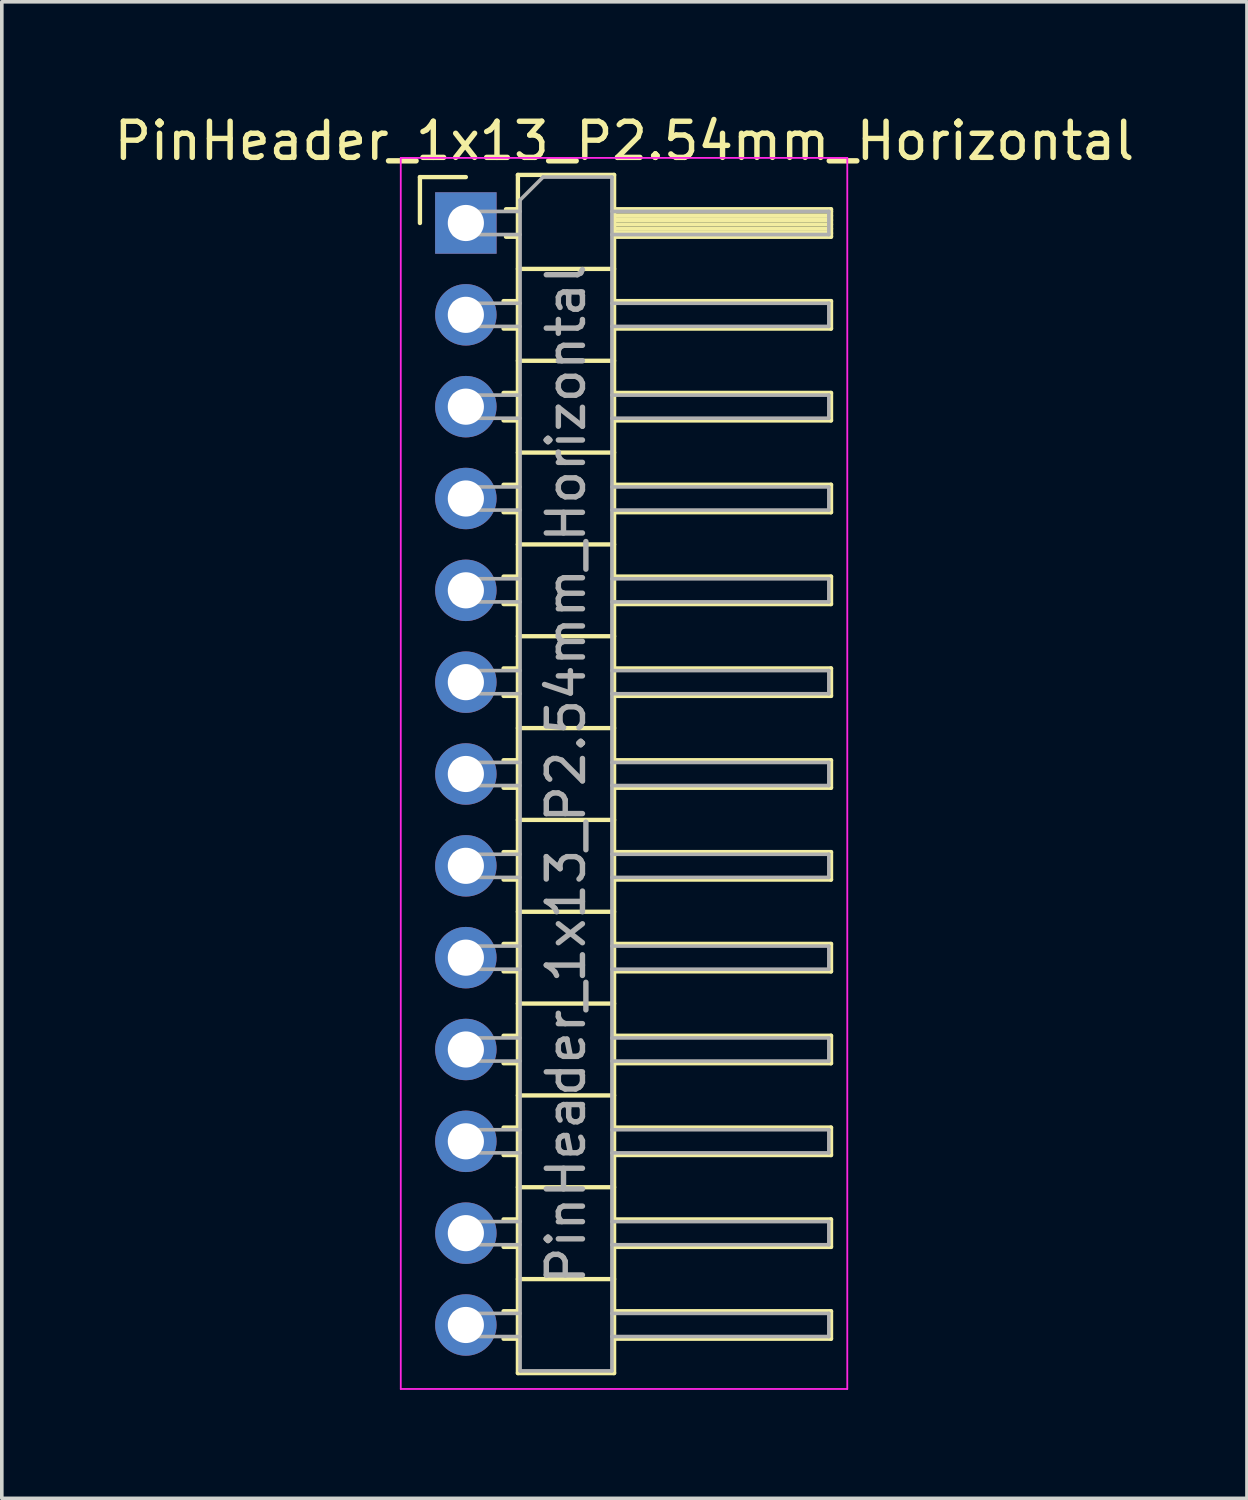
<source format=kicad_pcb>
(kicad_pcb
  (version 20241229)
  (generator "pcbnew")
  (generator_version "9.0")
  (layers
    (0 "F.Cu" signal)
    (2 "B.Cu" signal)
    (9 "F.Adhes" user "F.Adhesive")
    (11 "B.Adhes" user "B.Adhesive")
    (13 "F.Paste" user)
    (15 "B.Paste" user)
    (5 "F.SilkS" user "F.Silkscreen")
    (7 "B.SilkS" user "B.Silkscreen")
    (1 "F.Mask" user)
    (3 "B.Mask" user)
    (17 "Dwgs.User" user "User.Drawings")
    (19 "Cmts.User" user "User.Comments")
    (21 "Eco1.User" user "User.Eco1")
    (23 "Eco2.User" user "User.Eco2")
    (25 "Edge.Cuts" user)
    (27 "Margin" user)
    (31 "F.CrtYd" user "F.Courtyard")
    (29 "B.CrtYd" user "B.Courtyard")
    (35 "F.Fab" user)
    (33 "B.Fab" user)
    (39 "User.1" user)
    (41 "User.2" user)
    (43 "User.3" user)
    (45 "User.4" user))
  (footprint "PinHeader_1x13_P2.54mm_Horizontal"
    (layer "F.Cu")
    (at 9.835 3.118)
    (property "Reference" "PinHeader_1x13_P2.54mm_Horizontal" (at 4.385 -2.27 0) (layer "F.SilkS") (effects (font (size 1 1) (thickness 0.15))))
    (attr through_hole)
    (fp_line (start -1.27 -1.27) (end 0 -1.27) (stroke (width 0.12) (type solid)) (layer "F.SilkS"))
    (fp_line (start -1.27 0) (end -1.27 -1.27) (stroke (width 0.12) (type solid)) (layer "F.SilkS"))
    (fp_line (start 1.043 2.16) (end 1.44 2.16) (stroke (width 0.12) (type solid)) (layer "F.SilkS"))
    (fp_line (start 1.043 2.92) (end 1.44 2.92) (stroke (width 0.12) (type solid)) (layer "F.SilkS"))
    (fp_line (start 1.043 4.7) (end 1.44 4.7) (stroke (width 0.12) (type solid)) (layer "F.SilkS"))
    (fp_line (start 1.043 5.46) (end 1.44 5.46) (stroke (width 0.12) (type solid)) (layer "F.SilkS"))
    (fp_line (start 1.043 7.24) (end 1.44 7.24) (stroke (width 0.12) (type solid)) (layer "F.SilkS"))
    (fp_line (start 1.043 8) (end 1.44 8) (stroke (width 0.12) (type solid)) (layer "F.SilkS"))
    (fp_line (start 1.043 9.78) (end 1.44 9.78) (stroke (width 0.12) (type solid)) (layer "F.SilkS"))
    (fp_line (start 1.043 10.54) (end 1.44 10.54) (stroke (width 0.12) (type solid)) (layer "F.SilkS"))
    (fp_line (start 1.043 12.32) (end 1.44 12.32) (stroke (width 0.12) (type solid)) (layer "F.SilkS"))
    (fp_line (start 1.043 13.08) (end 1.44 13.08) (stroke (width 0.12) (type solid)) (layer "F.SilkS"))
    (fp_line (start 1.043 14.86) (end 1.44 14.86) (stroke (width 0.12) (type solid)) (layer "F.SilkS"))
    (fp_line (start 1.043 15.62) (end 1.44 15.62) (stroke (width 0.12) (type solid)) (layer "F.SilkS"))
    (fp_line (start 1.043 17.4) (end 1.44 17.4) (stroke (width 0.12) (type solid)) (layer "F.SilkS"))
    (fp_line (start 1.043 18.16) (end 1.44 18.16) (stroke (width 0.12) (type solid)) (layer "F.SilkS"))
    (fp_line (start 1.043 19.94) (end 1.44 19.94) (stroke (width 0.12) (type solid)) (layer "F.SilkS"))
    (fp_line (start 1.043 20.7) (end 1.44 20.7) (stroke (width 0.12) (type solid)) (layer "F.SilkS"))
    (fp_line (start 1.043 22.48) (end 1.44 22.48) (stroke (width 0.12) (type solid)) (layer "F.SilkS"))
    (fp_line (start 1.043 23.24) (end 1.44 23.24) (stroke (width 0.12) (type solid)) (layer "F.SilkS"))
    (fp_line (start 1.043 25.02) (end 1.44 25.02) (stroke (width 0.12) (type solid)) (layer "F.SilkS"))
    (fp_line (start 1.043 25.78) (end 1.44 25.78) (stroke (width 0.12) (type solid)) (layer "F.SilkS"))
    (fp_line (start 1.043 27.56) (end 1.44 27.56) (stroke (width 0.12) (type solid)) (layer "F.SilkS"))
    (fp_line (start 1.043 28.32) (end 1.44 28.32) (stroke (width 0.12) (type solid)) (layer "F.SilkS"))
    (fp_line (start 1.043 30.1) (end 1.44 30.1) (stroke (width 0.12) (type solid)) (layer "F.SilkS"))
    (fp_line (start 1.043 30.86) (end 1.44 30.86) (stroke (width 0.12) (type solid)) (layer "F.SilkS"))
    (fp_line (start 1.11 -0.38) (end 1.44 -0.38) (stroke (width 0.12) (type solid)) (layer "F.SilkS"))
    (fp_line (start 1.11 0.38) (end 1.44 0.38) (stroke (width 0.12) (type solid)) (layer "F.SilkS"))
    (fp_line (start 1.44 -1.33) (end 1.44 31.81) (stroke (width 0.12) (type solid)) (layer "F.SilkS"))
    (fp_line (start 1.44 1.27) (end 4.1 1.27) (stroke (width 0.12) (type solid)) (layer "F.SilkS"))
    (fp_line (start 1.44 3.81) (end 4.1 3.81) (stroke (width 0.12) (type solid)) (layer "F.SilkS"))
    (fp_line (start 1.44 6.35) (end 4.1 6.35) (stroke (width 0.12) (type solid)) (layer "F.SilkS"))
    (fp_line (start 1.44 8.89) (end 4.1 8.89) (stroke (width 0.12) (type solid)) (layer "F.SilkS"))
    (fp_line (start 1.44 11.43) (end 4.1 11.43) (stroke (width 0.12) (type solid)) (layer "F.SilkS"))
    (fp_line (start 1.44 13.97) (end 4.1 13.97) (stroke (width 0.12) (type solid)) (layer "F.SilkS"))
    (fp_line (start 1.44 16.51) (end 4.1 16.51) (stroke (width 0.12) (type solid)) (layer "F.SilkS"))
    (fp_line (start 1.44 19.05) (end 4.1 19.05) (stroke (width 0.12) (type solid)) (layer "F.SilkS"))
    (fp_line (start 1.44 21.59) (end 4.1 21.59) (stroke (width 0.12) (type solid)) (layer "F.SilkS"))
    (fp_line (start 1.44 24.13) (end 4.1 24.13) (stroke (width 0.12) (type solid)) (layer "F.SilkS"))
    (fp_line (start 1.44 26.67) (end 4.1 26.67) (stroke (width 0.12) (type solid)) (layer "F.SilkS"))
    (fp_line (start 1.44 29.21) (end 4.1 29.21) (stroke (width 0.12) (type solid)) (layer "F.SilkS"))
    (fp_line (start 1.44 31.81) (end 4.1 31.81) (stroke (width 0.12) (type solid)) (layer "F.SilkS"))
    (fp_line (start 4.1 -1.33) (end 1.44 -1.33) (stroke (width 0.12) (type solid)) (layer "F.SilkS"))
    (fp_line (start 4.1 -0.38) (end 10.1 -0.38) (stroke (width 0.12) (type solid)) (layer "F.SilkS"))
    (fp_line (start 4.1 -0.32) (end 10.1 -0.32) (stroke (width 0.12) (type solid)) (layer "F.SilkS"))
    (fp_line (start 4.1 -0.2) (end 10.1 -0.2) (stroke (width 0.12) (type solid)) (layer "F.SilkS"))
    (fp_line (start 4.1 -0.08) (end 10.1 -0.08) (stroke (width 0.12) (type solid)) (layer "F.SilkS"))
    (fp_line (start 4.1 0.04) (end 10.1 0.04) (stroke (width 0.12) (type solid)) (layer "F.SilkS"))
    (fp_line (start 4.1 0.16) (end 10.1 0.16) (stroke (width 0.12) (type solid)) (layer "F.SilkS"))
    (fp_line (start 4.1 0.28) (end 10.1 0.28) (stroke (width 0.12) (type solid)) (layer "F.SilkS"))
    (fp_line (start 4.1 2.16) (end 10.1 2.16) (stroke (width 0.12) (type solid)) (layer "F.SilkS"))
    (fp_line (start 4.1 4.7) (end 10.1 4.7) (stroke (width 0.12) (type solid)) (layer "F.SilkS"))
    (fp_line (start 4.1 7.24) (end 10.1 7.24) (stroke (width 0.12) (type solid)) (layer "F.SilkS"))
    (fp_line (start 4.1 9.78) (end 10.1 9.78) (stroke (width 0.12) (type solid)) (layer "F.SilkS"))
    (fp_line (start 4.1 12.32) (end 10.1 12.32) (stroke (width 0.12) (type solid)) (layer "F.SilkS"))
    (fp_line (start 4.1 14.86) (end 10.1 14.86) (stroke (width 0.12) (type solid)) (layer "F.SilkS"))
    (fp_line (start 4.1 17.4) (end 10.1 17.4) (stroke (width 0.12) (type solid)) (layer "F.SilkS"))
    (fp_line (start 4.1 19.94) (end 10.1 19.94) (stroke (width 0.12) (type solid)) (layer "F.SilkS"))
    (fp_line (start 4.1 22.48) (end 10.1 22.48) (stroke (width 0.12) (type solid)) (layer "F.SilkS"))
    (fp_line (start 4.1 25.02) (end 10.1 25.02) (stroke (width 0.12) (type solid)) (layer "F.SilkS"))
    (fp_line (start 4.1 27.56) (end 10.1 27.56) (stroke (width 0.12) (type solid)) (layer "F.SilkS"))
    (fp_line (start 4.1 30.1) (end 10.1 30.1) (stroke (width 0.12) (type solid)) (layer "F.SilkS"))
    (fp_line (start 4.1 31.81) (end 4.1 -1.33) (stroke (width 0.12) (type solid)) (layer "F.SilkS"))
    (fp_line (start 10.1 -0.38) (end 10.1 0.38) (stroke (width 0.12) (type solid)) (layer "F.SilkS"))
    (fp_line (start 10.1 0.38) (end 4.1 0.38) (stroke (width 0.12) (type solid)) (layer "F.SilkS"))
    (fp_line (start 10.1 2.16) (end 10.1 2.92) (stroke (width 0.12) (type solid)) (layer "F.SilkS"))
    (fp_line (start 10.1 2.92) (end 4.1 2.92) (stroke (width 0.12) (type solid)) (layer "F.SilkS"))
    (fp_line (start 10.1 4.7) (end 10.1 5.46) (stroke (width 0.12) (type solid)) (layer "F.SilkS"))
    (fp_line (start 10.1 5.46) (end 4.1 5.46) (stroke (width 0.12) (type solid)) (layer "F.SilkS"))
    (fp_line (start 10.1 7.24) (end 10.1 8) (stroke (width 0.12) (type solid)) (layer "F.SilkS"))
    (fp_line (start 10.1 8) (end 4.1 8) (stroke (width 0.12) (type solid)) (layer "F.SilkS"))
    (fp_line (start 10.1 9.78) (end 10.1 10.54) (stroke (width 0.12) (type solid)) (layer "F.SilkS"))
    (fp_line (start 10.1 10.54) (end 4.1 10.54) (stroke (width 0.12) (type solid)) (layer "F.SilkS"))
    (fp_line (start 10.1 12.32) (end 10.1 13.08) (stroke (width 0.12) (type solid)) (layer "F.SilkS"))
    (fp_line (start 10.1 13.08) (end 4.1 13.08) (stroke (width 0.12) (type solid)) (layer "F.SilkS"))
    (fp_line (start 10.1 14.86) (end 10.1 15.62) (stroke (width 0.12) (type solid)) (layer "F.SilkS"))
    (fp_line (start 10.1 15.62) (end 4.1 15.62) (stroke (width 0.12) (type solid)) (layer "F.SilkS"))
    (fp_line (start 10.1 17.4) (end 10.1 18.16) (stroke (width 0.12) (type solid)) (layer "F.SilkS"))
    (fp_line (start 10.1 18.16) (end 4.1 18.16) (stroke (width 0.12) (type solid)) (layer "F.SilkS"))
    (fp_line (start 10.1 19.94) (end 10.1 20.7) (stroke (width 0.12) (type solid)) (layer "F.SilkS"))
    (fp_line (start 10.1 20.7) (end 4.1 20.7) (stroke (width 0.12) (type solid)) (layer "F.SilkS"))
    (fp_line (start 10.1 22.48) (end 10.1 23.24) (stroke (width 0.12) (type solid)) (layer "F.SilkS"))
    (fp_line (start 10.1 23.24) (end 4.1 23.24) (stroke (width 0.12) (type solid)) (layer "F.SilkS"))
    (fp_line (start 10.1 25.02) (end 10.1 25.78) (stroke (width 0.12) (type solid)) (layer "F.SilkS"))
    (fp_line (start 10.1 25.78) (end 4.1 25.78) (stroke (width 0.12) (type solid)) (layer "F.SilkS"))
    (fp_line (start 10.1 27.56) (end 10.1 28.32) (stroke (width 0.12) (type solid)) (layer "F.SilkS"))
    (fp_line (start 10.1 28.32) (end 4.1 28.32) (stroke (width 0.12) (type solid)) (layer "F.SilkS"))
    (fp_line (start 10.1 30.1) (end 10.1 30.86) (stroke (width 0.12) (type solid)) (layer "F.SilkS"))
    (fp_line (start 10.1 30.86) (end 4.1 30.86) (stroke (width 0.12) (type solid)) (layer "F.SilkS"))
    (fp_line (start -1.8 -1.8) (end -1.8 32.25) (stroke (width 0.05) (type solid)) (layer "F.CrtYd"))
    (fp_line (start -1.8 32.25) (end 10.55 32.25) (stroke (width 0.05) (type solid)) (layer "F.CrtYd"))
    (fp_line (start 10.55 -1.8) (end -1.8 -1.8) (stroke (width 0.05) (type solid)) (layer "F.CrtYd"))
    (fp_line (start 10.55 32.25) (end 10.55 -1.8) (stroke (width 0.05) (type solid)) (layer "F.CrtYd"))
    (fp_line (start -0.32 -0.32) (end -0.32 0.32) (stroke (width 0.1) (type solid)) (layer "F.Fab"))
    (fp_line (start -0.32 -0.32) (end 1.5 -0.32) (stroke (width 0.1) (type solid)) (layer "F.Fab"))
    (fp_line (start -0.32 0.32) (end 1.5 0.32) (stroke (width 0.1) (type solid)) (layer "F.Fab"))
    (fp_line (start -0.32 2.22) (end -0.32 2.86) (stroke (width 0.1) (type solid)) (layer "F.Fab"))
    (fp_line (start -0.32 2.22) (end 1.5 2.22) (stroke (width 0.1) (type solid)) (layer "F.Fab"))
    (fp_line (start -0.32 2.86) (end 1.5 2.86) (stroke (width 0.1) (type solid)) (layer "F.Fab"))
    (fp_line (start -0.32 4.76) (end -0.32 5.4) (stroke (width 0.1) (type solid)) (layer "F.Fab"))
    (fp_line (start -0.32 4.76) (end 1.5 4.76) (stroke (width 0.1) (type solid)) (layer "F.Fab"))
    (fp_line (start -0.32 5.4) (end 1.5 5.4) (stroke (width 0.1) (type solid)) (layer "F.Fab"))
    (fp_line (start -0.32 7.3) (end -0.32 7.94) (stroke (width 0.1) (type solid)) (layer "F.Fab"))
    (fp_line (start -0.32 7.3) (end 1.5 7.3) (stroke (width 0.1) (type solid)) (layer "F.Fab"))
    (fp_line (start -0.32 7.94) (end 1.5 7.94) (stroke (width 0.1) (type solid)) (layer "F.Fab"))
    (fp_line (start -0.32 9.84) (end -0.32 10.48) (stroke (width 0.1) (type solid)) (layer "F.Fab"))
    (fp_line (start -0.32 9.84) (end 1.5 9.84) (stroke (width 0.1) (type solid)) (layer "F.Fab"))
    (fp_line (start -0.32 10.48) (end 1.5 10.48) (stroke (width 0.1) (type solid)) (layer "F.Fab"))
    (fp_line (start -0.32 12.38) (end -0.32 13.02) (stroke (width 0.1) (type solid)) (layer "F.Fab"))
    (fp_line (start -0.32 12.38) (end 1.5 12.38) (stroke (width 0.1) (type solid)) (layer "F.Fab"))
    (fp_line (start -0.32 13.02) (end 1.5 13.02) (stroke (width 0.1) (type solid)) (layer "F.Fab"))
    (fp_line (start -0.32 14.92) (end -0.32 15.56) (stroke (width 0.1) (type solid)) (layer "F.Fab"))
    (fp_line (start -0.32 14.92) (end 1.5 14.92) (stroke (width 0.1) (type solid)) (layer "F.Fab"))
    (fp_line (start -0.32 15.56) (end 1.5 15.56) (stroke (width 0.1) (type solid)) (layer "F.Fab"))
    (fp_line (start -0.32 17.46) (end -0.32 18.1) (stroke (width 0.1) (type solid)) (layer "F.Fab"))
    (fp_line (start -0.32 17.46) (end 1.5 17.46) (stroke (width 0.1) (type solid)) (layer "F.Fab"))
    (fp_line (start -0.32 18.1) (end 1.5 18.1) (stroke (width 0.1) (type solid)) (layer "F.Fab"))
    (fp_line (start -0.32 20) (end -0.32 20.64) (stroke (width 0.1) (type solid)) (layer "F.Fab"))
    (fp_line (start -0.32 20) (end 1.5 20) (stroke (width 0.1) (type solid)) (layer "F.Fab"))
    (fp_line (start -0.32 20.64) (end 1.5 20.64) (stroke (width 0.1) (type solid)) (layer "F.Fab"))
    (fp_line (start -0.32 22.54) (end -0.32 23.18) (stroke (width 0.1) (type solid)) (layer "F.Fab"))
    (fp_line (start -0.32 22.54) (end 1.5 22.54) (stroke (width 0.1) (type solid)) (layer "F.Fab"))
    (fp_line (start -0.32 23.18) (end 1.5 23.18) (stroke (width 0.1) (type solid)) (layer "F.Fab"))
    (fp_line (start -0.32 25.08) (end -0.32 25.72) (stroke (width 0.1) (type solid)) (layer "F.Fab"))
    (fp_line (start -0.32 25.08) (end 1.5 25.08) (stroke (width 0.1) (type solid)) (layer "F.Fab"))
    (fp_line (start -0.32 25.72) (end 1.5 25.72) (stroke (width 0.1) (type solid)) (layer "F.Fab"))
    (fp_line (start -0.32 27.62) (end -0.32 28.26) (stroke (width 0.1) (type solid)) (layer "F.Fab"))
    (fp_line (start -0.32 27.62) (end 1.5 27.62) (stroke (width 0.1) (type solid)) (layer "F.Fab"))
    (fp_line (start -0.32 28.26) (end 1.5 28.26) (stroke (width 0.1) (type solid)) (layer "F.Fab"))
    (fp_line (start -0.32 30.16) (end -0.32 30.8) (stroke (width 0.1) (type solid)) (layer "F.Fab"))
    (fp_line (start -0.32 30.16) (end 1.5 30.16) (stroke (width 0.1) (type solid)) (layer "F.Fab"))
    (fp_line (start -0.32 30.8) (end 1.5 30.8) (stroke (width 0.1) (type solid)) (layer "F.Fab"))
    (fp_line (start 1.5 -0.635) (end 2.135 -1.27) (stroke (width 0.1) (type solid)) (layer "F.Fab"))
    (fp_line (start 1.5 31.75) (end 1.5 -0.635) (stroke (width 0.1) (type solid)) (layer "F.Fab"))
    (fp_line (start 2.135 -1.27) (end 4.04 -1.27) (stroke (width 0.1) (type solid)) (layer "F.Fab"))
    (fp_line (start 4.04 -1.27) (end 4.04 31.75) (stroke (width 0.1) (type solid)) (layer "F.Fab"))
    (fp_line (start 4.04 -0.32) (end 10.04 -0.32) (stroke (width 0.1) (type solid)) (layer "F.Fab"))
    (fp_line (start 4.04 0.32) (end 10.04 0.32) (stroke (width 0.1) (type solid)) (layer "F.Fab"))
    (fp_line (start 4.04 2.22) (end 10.04 2.22) (stroke (width 0.1) (type solid)) (layer "F.Fab"))
    (fp_line (start 4.04 2.86) (end 10.04 2.86) (stroke (width 0.1) (type solid)) (layer "F.Fab"))
    (fp_line (start 4.04 4.76) (end 10.04 4.76) (stroke (width 0.1) (type solid)) (layer "F.Fab"))
    (fp_line (start 4.04 5.4) (end 10.04 5.4) (stroke (width 0.1) (type solid)) (layer "F.Fab"))
    (fp_line (start 4.04 7.3) (end 10.04 7.3) (stroke (width 0.1) (type solid)) (layer "F.Fab"))
    (fp_line (start 4.04 7.94) (end 10.04 7.94) (stroke (width 0.1) (type solid)) (layer "F.Fab"))
    (fp_line (start 4.04 9.84) (end 10.04 9.84) (stroke (width 0.1) (type solid)) (layer "F.Fab"))
    (fp_line (start 4.04 10.48) (end 10.04 10.48) (stroke (width 0.1) (type solid)) (layer "F.Fab"))
    (fp_line (start 4.04 12.38) (end 10.04 12.38) (stroke (width 0.1) (type solid)) (layer "F.Fab"))
    (fp_line (start 4.04 13.02) (end 10.04 13.02) (stroke (width 0.1) (type solid)) (layer "F.Fab"))
    (fp_line (start 4.04 14.92) (end 10.04 14.92) (stroke (width 0.1) (type solid)) (layer "F.Fab"))
    (fp_line (start 4.04 15.56) (end 10.04 15.56) (stroke (width 0.1) (type solid)) (layer "F.Fab"))
    (fp_line (start 4.04 17.46) (end 10.04 17.46) (stroke (width 0.1) (type solid)) (layer "F.Fab"))
    (fp_line (start 4.04 18.1) (end 10.04 18.1) (stroke (width 0.1) (type solid)) (layer "F.Fab"))
    (fp_line (start 4.04 20) (end 10.04 20) (stroke (width 0.1) (type solid)) (layer "F.Fab"))
    (fp_line (start 4.04 20.64) (end 10.04 20.64) (stroke (width 0.1) (type solid)) (layer "F.Fab"))
    (fp_line (start 4.04 22.54) (end 10.04 22.54) (stroke (width 0.1) (type solid)) (layer "F.Fab"))
    (fp_line (start 4.04 23.18) (end 10.04 23.18) (stroke (width 0.1) (type solid)) (layer "F.Fab"))
    (fp_line (start 4.04 25.08) (end 10.04 25.08) (stroke (width 0.1) (type solid)) (layer "F.Fab"))
    (fp_line (start 4.04 25.72) (end 10.04 25.72) (stroke (width 0.1) (type solid)) (layer "F.Fab"))
    (fp_line (start 4.04 27.62) (end 10.04 27.62) (stroke (width 0.1) (type solid)) (layer "F.Fab"))
    (fp_line (start 4.04 28.26) (end 10.04 28.26) (stroke (width 0.1) (type solid)) (layer "F.Fab"))
    (fp_line (start 4.04 30.16) (end 10.04 30.16) (stroke (width 0.1) (type solid)) (layer "F.Fab"))
    (fp_line (start 4.04 30.8) (end 10.04 30.8) (stroke (width 0.1) (type solid)) (layer "F.Fab"))
    (fp_line (start 4.04 31.75) (end 1.5 31.75) (stroke (width 0.1) (type solid)) (layer "F.Fab"))
    (fp_line (start 10.04 -0.32) (end 10.04 0.32) (stroke (width 0.1) (type solid)) (layer "F.Fab"))
    (fp_line (start 10.04 2.22) (end 10.04 2.86) (stroke (width 0.1) (type solid)) (layer "F.Fab"))
    (fp_line (start 10.04 4.76) (end 10.04 5.4) (stroke (width 0.1) (type solid)) (layer "F.Fab"))
    (fp_line (start 10.04 7.3) (end 10.04 7.94) (stroke (width 0.1) (type solid)) (layer "F.Fab"))
    (fp_line (start 10.04 9.84) (end 10.04 10.48) (stroke (width 0.1) (type solid)) (layer "F.Fab"))
    (fp_line (start 10.04 12.38) (end 10.04 13.02) (stroke (width 0.1) (type solid)) (layer "F.Fab"))
    (fp_line (start 10.04 14.92) (end 10.04 15.56) (stroke (width 0.1) (type solid)) (layer "F.Fab"))
    (fp_line (start 10.04 17.46) (end 10.04 18.1) (stroke (width 0.1) (type solid)) (layer "F.Fab"))
    (fp_line (start 10.04 20) (end 10.04 20.64) (stroke (width 0.1) (type solid)) (layer "F.Fab"))
    (fp_line (start 10.04 22.54) (end 10.04 23.18) (stroke (width 0.1) (type solid)) (layer "F.Fab"))
    (fp_line (start 10.04 25.08) (end 10.04 25.72) (stroke (width 0.1) (type solid)) (layer "F.Fab"))
    (fp_line (start 10.04 27.62) (end 10.04 28.26) (stroke (width 0.1) (type solid)) (layer "F.Fab"))
    (fp_line (start 10.04 30.16) (end 10.04 30.8) (stroke (width 0.1) (type solid)) (layer "F.Fab"))
    (fp_text user "${REFERENCE}" (at 2.77 15.24 90) (layer "F.Fab") (effects (font (size 1 1) (thickness 0.15))))
    (pad "1" thru_hole rect (at 0 0) (size 1.7 1.7) (drill 1) (layers "*.Cu" "*.Mask"))
    (pad "2" thru_hole oval (at 0 2.54) (size 1.7 1.7) (drill 1) (layers "*.Cu" "*.Mask"))
    (pad "3" thru_hole oval (at 0 5.08) (size 1.7 1.7) (drill 1) (layers "*.Cu" "*.Mask"))
    (pad "4" thru_hole oval (at 0 7.62) (size 1.7 1.7) (drill 1) (layers "*.Cu" "*.Mask"))
    (pad "5" thru_hole oval (at 0 10.16) (size 1.7 1.7) (drill 1) (layers "*.Cu" "*.Mask"))
    (pad "6" thru_hole oval (at 0 12.7) (size 1.7 1.7) (drill 1) (layers "*.Cu" "*.Mask"))
    (pad "7" thru_hole oval (at 0 15.24) (size 1.7 1.7) (drill 1) (layers "*.Cu" "*.Mask"))
    (pad "8" thru_hole oval (at 0 17.78) (size 1.7 1.7) (drill 1) (layers "*.Cu" "*.Mask"))
    (pad "9" thru_hole oval (at 0 20.32) (size 1.7 1.7) (drill 1) (layers "*.Cu" "*.Mask"))
    (pad "10" thru_hole oval (at 0 22.86) (size 1.7 1.7) (drill 1) (layers "*.Cu" "*.Mask"))
    (pad "11" thru_hole oval (at 0 25.4) (size 1.7 1.7) (drill 1) (layers "*.Cu" "*.Mask"))
    (pad "12" thru_hole oval (at 0 27.94) (size 1.7 1.7) (drill 1) (layers "*.Cu" "*.Mask"))
    (pad "13" thru_hole oval (at 0 30.48) (size 1.7 1.7) (drill 1) (layers "*.Cu" "*.Mask")))
  (gr_rect
    (start -3 -3)
    (end 31.44 38.393)
    (stroke (width 0.1) (type default))
    (fill no)
    (layer "Edge.Cuts")))
</source>
